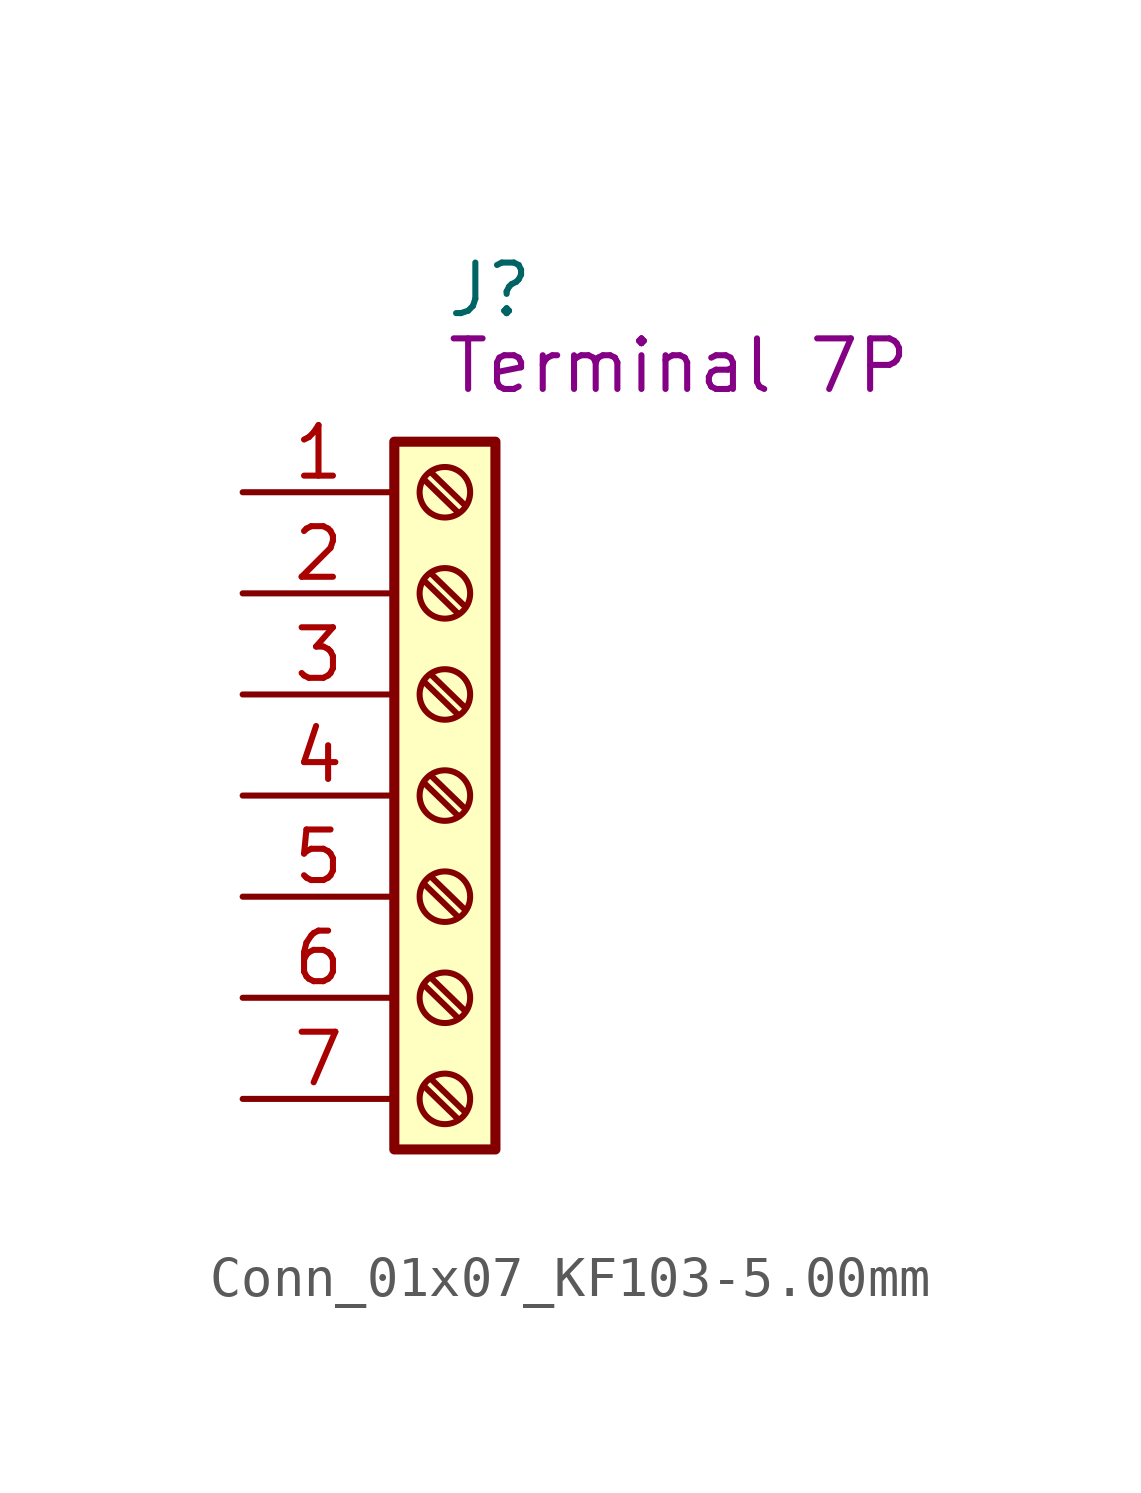
<source format=kicad_sym>
(kicad_symbol_lib
  (version 20211014)
  (generator kicad_symbol_editor)
  (symbol "Conn_01x07_KF103-5.00mm"
    (pin_names
      (offset 1.016))
    (property "Reference" "J"
      (at 0 12.7 0)
      (effects (font (size 1.27 1.27)) (justify left)))
    (property "Symbol" "Terminal 7P"
      (at 0 10.795 0)
      (effects (font (size 1.27 1.27)) (justify left)))
    (symbol "Conn_01x07_KF103-5.00mm_1_1"
      (rectangle (start -1.27 8.89) (end 1.27 -8.89) (stroke (width 0.254) (type default) (color 0 0 0 0)) (fill (type background)))
      (circle (center 0 -7.62) (radius 0.635) (stroke (width 0.152) (type default) (color 0 0 0 0)) (fill (type none)))
      (circle (center 0 -5.08) (radius 0.635) (stroke (width 0.152) (type default) (color 0 0 0 0)) (fill (type none)))
      (circle (center 0 -2.54) (radius 0.635) (stroke (width 0.152) (type default) (color 0 0 0 0)) (fill (type none)))
      (polyline (pts (xy -0.533 -7.29) (xy 0.33 -8.128)) (stroke (width 0.152) (type default) (color 0 0 0 0)) (fill (type none)))
      (polyline (pts (xy -0.533 -4.75) (xy 0.33 -5.588)) (stroke (width 0.152) (type default) (color 0 0 0 0)) (fill (type none)))
      (polyline (pts (xy -0.533 -2.21) (xy 0.33 -3.048)) (stroke (width 0.152) (type default) (color 0 0 0 0)) (fill (type none)))
      (polyline (pts (xy -0.533 0.33) (xy 0.33 -0.508)) (stroke (width 0.152) (type default) (color 0 0 0 0)) (fill (type none)))
      (polyline (pts (xy -0.533 2.87) (xy 0.33 2.032)) (stroke (width 0.152) (type default) (color 0 0 0 0)) (fill (type none)))
      (polyline (pts (xy -0.533 5.41) (xy 0.33 4.572)) (stroke (width 0.152) (type default) (color 0 0 0 0)) (fill (type none)))
      (polyline (pts (xy -0.533 7.95) (xy 0.33 7.112)) (stroke (width 0.152) (type default) (color 0 0 0 0)) (fill (type none)))
      (polyline (pts (xy -0.356 -7.112) (xy 0.508 -7.95)) (stroke (width 0.152) (type default) (color 0 0 0 0)) (fill (type none)))
      (polyline (pts (xy -0.356 -4.572) (xy 0.508 -5.41)) (stroke (width 0.152) (type default) (color 0 0 0 0)) (fill (type none)))
      (polyline (pts (xy -0.356 -2.032) (xy 0.508 -2.87)) (stroke (width 0.152) (type default) (color 0 0 0 0)) (fill (type none)))
      (polyline (pts (xy -0.356 0.508) (xy 0.508 -0.33)) (stroke (width 0.152) (type default) (color 0 0 0 0)) (fill (type none)))
      (polyline (pts (xy -0.356 3.048) (xy 0.508 2.21)) (stroke (width 0.152) (type default) (color 0 0 0 0)) (fill (type none)))
      (polyline (pts (xy -0.356 5.588) (xy 0.508 4.75)) (stroke (width 0.152) (type default) (color 0 0 0 0)) (fill (type none)))
      (polyline (pts (xy -0.356 8.128) (xy 0.508 7.29)) (stroke (width 0.152) (type default) (color 0 0 0 0)) (fill (type none)))
      (circle (center 0 0) (radius 0.635) (stroke (width 0.152) (type default) (color 0 0 0 0)) (fill (type none)))
      (circle (center 0 2.54) (radius 0.635) (stroke (width 0.152) (type default) (color 0 0 0 0)) (fill (type none)))
      (circle (center 0 5.08) (radius 0.635) (stroke (width 0.152) (type default) (color 0 0 0 0)) (fill (type none)))
      (circle (center 0 7.62) (radius 0.635) (stroke (width 0.152) (type default) (color 0 0 0 0)) (fill (type none)))
      (pin passive line (at -5.08 7.62 0) (length 3.81) (name "~" (effects (font (size 1.27 1.27)))) (number "1" (effects (font (size 1.27 1.27)))))
      (pin passive line (at -5.08 5.08 0) (length 3.81) (name "~" (effects (font (size 1.27 1.27)))) (number "2" (effects (font (size 1.27 1.27)))))
      (pin passive line (at -5.08 2.54 0) (length 3.81) (name "~" (effects (font (size 1.27 1.27)))) (number "3" (effects (font (size 1.27 1.27)))))
      (pin passive line (at -5.08 0 0) (length 3.81) (name "~" (effects (font (size 1.27 1.27)))) (number "4" (effects (font (size 1.27 1.27)))))
      (pin passive line (at -5.08 -2.54 0) (length 3.81) (name "~" (effects (font (size 1.27 1.27)))) (number "5" (effects (font (size 1.27 1.27)))))
      (pin passive line (at -5.08 -5.08 0) (length 3.81) (name "~" (effects (font (size 1.27 1.27)))) (number "6" (effects (font (size 1.27 1.27)))))
      (pin passive line (at -5.08 -7.62 0) (length 3.81) (name "~" (effects (font (size 1.27 1.27)))) (number "7" (effects (font (size 1.27 1.27))))))))
</source>
